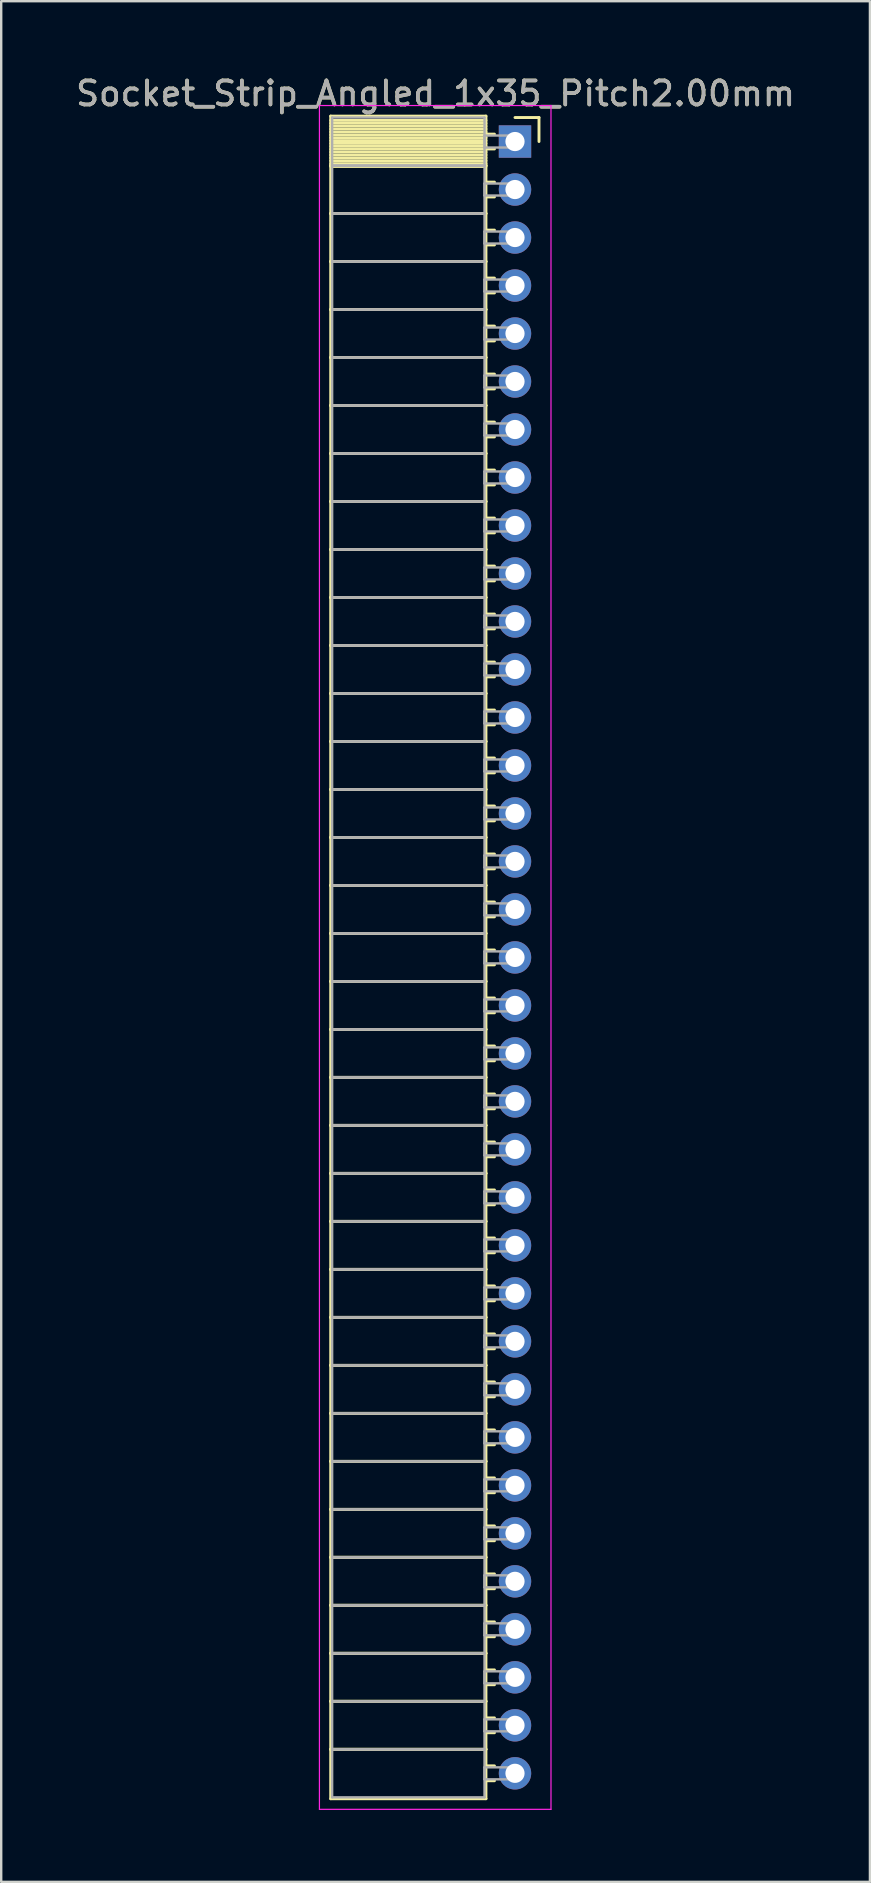
<source format=kicad_pcb>
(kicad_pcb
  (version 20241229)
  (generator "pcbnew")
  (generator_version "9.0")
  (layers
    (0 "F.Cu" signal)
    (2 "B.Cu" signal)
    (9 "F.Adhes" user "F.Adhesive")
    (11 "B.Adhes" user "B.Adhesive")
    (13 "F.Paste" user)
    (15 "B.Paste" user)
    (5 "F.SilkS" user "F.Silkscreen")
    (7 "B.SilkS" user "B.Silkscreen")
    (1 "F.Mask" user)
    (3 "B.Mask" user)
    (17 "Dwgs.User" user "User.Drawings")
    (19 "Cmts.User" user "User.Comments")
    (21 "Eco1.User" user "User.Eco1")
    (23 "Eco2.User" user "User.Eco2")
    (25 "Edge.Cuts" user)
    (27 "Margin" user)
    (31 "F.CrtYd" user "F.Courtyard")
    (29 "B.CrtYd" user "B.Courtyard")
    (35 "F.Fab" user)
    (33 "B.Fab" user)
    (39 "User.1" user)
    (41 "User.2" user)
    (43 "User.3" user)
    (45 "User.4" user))
  (footprint "Socket_Strip_Angled_1x35_Pitch2.00mm"
    (layer "F.Cu")
    (at 18.411 2.848)
    (property "Reference" "Socket_Strip_Angled_1x35_Pitch2.00mm" (at -3.31 -2 0) (layer "F.SilkS") (effects (font (size 1 1) (thickness 0.15))))
    (attr through_hole)
    (fp_line (start -7.68 -1.06) (end -1.21 -1.06) (stroke (width 0.12) (type solid)) (layer "F.SilkS"))
    (fp_line (start -7.68 1) (end -7.68 -1.06) (stroke (width 0.12) (type solid)) (layer "F.SilkS"))
    (fp_line (start -7.68 1) (end -1.21 1) (stroke (width 0.12) (type solid)) (layer "F.SilkS"))
    (fp_line (start -7.68 3) (end -7.68 1) (stroke (width 0.12) (type solid)) (layer "F.SilkS"))
    (fp_line (start -7.68 3) (end -1.21 3) (stroke (width 0.12) (type solid)) (layer "F.SilkS"))
    (fp_line (start -7.68 5) (end -7.68 3) (stroke (width 0.12) (type solid)) (layer "F.SilkS"))
    (fp_line (start -7.68 5) (end -1.21 5) (stroke (width 0.12) (type solid)) (layer "F.SilkS"))
    (fp_line (start -7.68 7) (end -7.68 5) (stroke (width 0.12) (type solid)) (layer "F.SilkS"))
    (fp_line (start -7.68 7) (end -1.21 7) (stroke (width 0.12) (type solid)) (layer "F.SilkS"))
    (fp_line (start -7.68 9) (end -7.68 7) (stroke (width 0.12) (type solid)) (layer "F.SilkS"))
    (fp_line (start -7.68 9) (end -1.21 9) (stroke (width 0.12) (type solid)) (layer "F.SilkS"))
    (fp_line (start -7.68 11) (end -7.68 9) (stroke (width 0.12) (type solid)) (layer "F.SilkS"))
    (fp_line (start -7.68 11) (end -1.21 11) (stroke (width 0.12) (type solid)) (layer "F.SilkS"))
    (fp_line (start -7.68 13) (end -7.68 11) (stroke (width 0.12) (type solid)) (layer "F.SilkS"))
    (fp_line (start -7.68 13) (end -1.21 13) (stroke (width 0.12) (type solid)) (layer "F.SilkS"))
    (fp_line (start -7.68 15) (end -7.68 13) (stroke (width 0.12) (type solid)) (layer "F.SilkS"))
    (fp_line (start -7.68 15) (end -1.21 15) (stroke (width 0.12) (type solid)) (layer "F.SilkS"))
    (fp_line (start -7.68 17) (end -7.68 15) (stroke (width 0.12) (type solid)) (layer "F.SilkS"))
    (fp_line (start -7.68 17) (end -1.21 17) (stroke (width 0.12) (type solid)) (layer "F.SilkS"))
    (fp_line (start -7.68 19) (end -7.68 17) (stroke (width 0.12) (type solid)) (layer "F.SilkS"))
    (fp_line (start -7.68 19) (end -1.21 19) (stroke (width 0.12) (type solid)) (layer "F.SilkS"))
    (fp_line (start -7.68 21) (end -7.68 19) (stroke (width 0.12) (type solid)) (layer "F.SilkS"))
    (fp_line (start -7.68 21) (end -1.21 21) (stroke (width 0.12) (type solid)) (layer "F.SilkS"))
    (fp_line (start -7.68 23) (end -7.68 21) (stroke (width 0.12) (type solid)) (layer "F.SilkS"))
    (fp_line (start -7.68 23) (end -1.21 23) (stroke (width 0.12) (type solid)) (layer "F.SilkS"))
    (fp_line (start -7.68 25) (end -7.68 23) (stroke (width 0.12) (type solid)) (layer "F.SilkS"))
    (fp_line (start -7.68 25) (end -1.21 25) (stroke (width 0.12) (type solid)) (layer "F.SilkS"))
    (fp_line (start -7.68 27) (end -7.68 25) (stroke (width 0.12) (type solid)) (layer "F.SilkS"))
    (fp_line (start -7.68 27) (end -1.21 27) (stroke (width 0.12) (type solid)) (layer "F.SilkS"))
    (fp_line (start -7.68 29) (end -7.68 27) (stroke (width 0.12) (type solid)) (layer "F.SilkS"))
    (fp_line (start -7.68 29) (end -1.21 29) (stroke (width 0.12) (type solid)) (layer "F.SilkS"))
    (fp_line (start -7.68 31) (end -7.68 29) (stroke (width 0.12) (type solid)) (layer "F.SilkS"))
    (fp_line (start -7.68 31) (end -1.21 31) (stroke (width 0.12) (type solid)) (layer "F.SilkS"))
    (fp_line (start -7.68 33) (end -7.68 31) (stroke (width 0.12) (type solid)) (layer "F.SilkS"))
    (fp_line (start -7.68 33) (end -1.21 33) (stroke (width 0.12) (type solid)) (layer "F.SilkS"))
    (fp_line (start -7.68 35) (end -7.68 33) (stroke (width 0.12) (type solid)) (layer "F.SilkS"))
    (fp_line (start -7.68 35) (end -1.21 35) (stroke (width 0.12) (type solid)) (layer "F.SilkS"))
    (fp_line (start -7.68 37) (end -7.68 35) (stroke (width 0.12) (type solid)) (layer "F.SilkS"))
    (fp_line (start -7.68 37) (end -1.21 37) (stroke (width 0.12) (type solid)) (layer "F.SilkS"))
    (fp_line (start -7.68 39) (end -7.68 37) (stroke (width 0.12) (type solid)) (layer "F.SilkS"))
    (fp_line (start -7.68 39) (end -1.21 39) (stroke (width 0.12) (type solid)) (layer "F.SilkS"))
    (fp_line (start -7.68 41) (end -7.68 39) (stroke (width 0.12) (type solid)) (layer "F.SilkS"))
    (fp_line (start -7.68 41) (end -1.21 41) (stroke (width 0.12) (type solid)) (layer "F.SilkS"))
    (fp_line (start -7.68 43) (end -7.68 41) (stroke (width 0.12) (type solid)) (layer "F.SilkS"))
    (fp_line (start -7.68 43) (end -1.21 43) (stroke (width 0.12) (type solid)) (layer "F.SilkS"))
    (fp_line (start -7.68 45) (end -7.68 43) (stroke (width 0.12) (type solid)) (layer "F.SilkS"))
    (fp_line (start -7.68 45) (end -1.21 45) (stroke (width 0.12) (type solid)) (layer "F.SilkS"))
    (fp_line (start -7.68 47) (end -7.68 45) (stroke (width 0.12) (type solid)) (layer "F.SilkS"))
    (fp_line (start -7.68 47) (end -1.21 47) (stroke (width 0.12) (type solid)) (layer "F.SilkS"))
    (fp_line (start -7.68 49) (end -7.68 47) (stroke (width 0.12) (type solid)) (layer "F.SilkS"))
    (fp_line (start -7.68 49) (end -1.21 49) (stroke (width 0.12) (type solid)) (layer "F.SilkS"))
    (fp_line (start -7.68 51) (end -7.68 49) (stroke (width 0.12) (type solid)) (layer "F.SilkS"))
    (fp_line (start -7.68 51) (end -1.21 51) (stroke (width 0.12) (type solid)) (layer "F.SilkS"))
    (fp_line (start -7.68 53) (end -7.68 51) (stroke (width 0.12) (type solid)) (layer "F.SilkS"))
    (fp_line (start -7.68 53) (end -1.21 53) (stroke (width 0.12) (type solid)) (layer "F.SilkS"))
    (fp_line (start -7.68 55) (end -7.68 53) (stroke (width 0.12) (type solid)) (layer "F.SilkS"))
    (fp_line (start -7.68 55) (end -1.21 55) (stroke (width 0.12) (type solid)) (layer "F.SilkS"))
    (fp_line (start -7.68 57) (end -7.68 55) (stroke (width 0.12) (type solid)) (layer "F.SilkS"))
    (fp_line (start -7.68 57) (end -1.21 57) (stroke (width 0.12) (type solid)) (layer "F.SilkS"))
    (fp_line (start -7.68 59) (end -7.68 57) (stroke (width 0.12) (type solid)) (layer "F.SilkS"))
    (fp_line (start -7.68 59) (end -1.21 59) (stroke (width 0.12) (type solid)) (layer "F.SilkS"))
    (fp_line (start -7.68 61) (end -7.68 59) (stroke (width 0.12) (type solid)) (layer "F.SilkS"))
    (fp_line (start -7.68 61) (end -1.21 61) (stroke (width 0.12) (type solid)) (layer "F.SilkS"))
    (fp_line (start -7.68 63) (end -7.68 61) (stroke (width 0.12) (type solid)) (layer "F.SilkS"))
    (fp_line (start -7.68 63) (end -1.21 63) (stroke (width 0.12) (type solid)) (layer "F.SilkS"))
    (fp_line (start -7.68 65) (end -7.68 63) (stroke (width 0.12) (type solid)) (layer "F.SilkS"))
    (fp_line (start -7.68 65) (end -1.21 65) (stroke (width 0.12) (type solid)) (layer "F.SilkS"))
    (fp_line (start -7.68 67) (end -7.68 65) (stroke (width 0.12) (type solid)) (layer "F.SilkS"))
    (fp_line (start -7.68 67) (end -1.21 67) (stroke (width 0.12) (type solid)) (layer "F.SilkS"))
    (fp_line (start -7.68 69.06) (end -7.68 67) (stroke (width 0.12) (type solid)) (layer "F.SilkS"))
    (fp_line (start -1.21 -1.06) (end -1.21 1) (stroke (width 0.12) (type solid)) (layer "F.SilkS"))
    (fp_line (start -1.21 -0.88) (end -7.68 -0.88) (stroke (width 0.12) (type solid)) (layer "F.SilkS"))
    (fp_line (start -1.21 -0.76) (end -7.68 -0.76) (stroke (width 0.12) (type solid)) (layer "F.SilkS"))
    (fp_line (start -1.21 -0.64) (end -7.68 -0.64) (stroke (width 0.12) (type solid)) (layer "F.SilkS"))
    (fp_line (start -1.21 -0.52) (end -7.68 -0.52) (stroke (width 0.12) (type solid)) (layer "F.SilkS"))
    (fp_line (start -1.21 -0.4) (end -7.68 -0.4) (stroke (width 0.12) (type solid)) (layer "F.SilkS"))
    (fp_line (start -1.21 -0.28) (end -7.68 -0.28) (stroke (width 0.12) (type solid)) (layer "F.SilkS"))
    (fp_line (start -1.21 -0.16) (end -7.68 -0.16) (stroke (width 0.12) (type solid)) (layer "F.SilkS"))
    (fp_line (start -1.21 -0.04) (end -7.68 -0.04) (stroke (width 0.12) (type solid)) (layer "F.SilkS"))
    (fp_line (start -1.21 0.08) (end -7.68 0.08) (stroke (width 0.12) (type solid)) (layer "F.SilkS"))
    (fp_line (start -1.21 0.2) (end -7.68 0.2) (stroke (width 0.12) (type solid)) (layer "F.SilkS"))
    (fp_line (start -1.21 0.32) (end -7.68 0.32) (stroke (width 0.12) (type solid)) (layer "F.SilkS"))
    (fp_line (start -1.21 0.44) (end -7.68 0.44) (stroke (width 0.12) (type solid)) (layer "F.SilkS"))
    (fp_line (start -1.21 0.56) (end -7.68 0.56) (stroke (width 0.12) (type solid)) (layer "F.SilkS"))
    (fp_line (start -1.21 0.68) (end -7.68 0.68) (stroke (width 0.12) (type solid)) (layer "F.SilkS"))
    (fp_line (start -1.21 0.8) (end -7.68 0.8) (stroke (width 0.12) (type solid)) (layer "F.SilkS"))
    (fp_line (start -1.21 0.92) (end -7.68 0.92) (stroke (width 0.12) (type solid)) (layer "F.SilkS"))
    (fp_line (start -1.21 1) (end -7.68 1) (stroke (width 0.12) (type solid)) (layer "F.SilkS"))
    (fp_line (start -1.21 1) (end -1.21 3) (stroke (width 0.12) (type solid)) (layer "F.SilkS"))
    (fp_line (start -1.21 1.04) (end -7.68 1.04) (stroke (width 0.12) (type solid)) (layer "F.SilkS"))
    (fp_line (start -1.21 3) (end -7.68 3) (stroke (width 0.12) (type solid)) (layer "F.SilkS"))
    (fp_line (start -1.21 3) (end -1.21 5) (stroke (width 0.12) (type solid)) (layer "F.SilkS"))
    (fp_line (start -1.21 5) (end -7.68 5) (stroke (width 0.12) (type solid)) (layer "F.SilkS"))
    (fp_line (start -1.21 5) (end -1.21 7) (stroke (width 0.12) (type solid)) (layer "F.SilkS"))
    (fp_line (start -1.21 7) (end -7.68 7) (stroke (width 0.12) (type solid)) (layer "F.SilkS"))
    (fp_line (start -1.21 7) (end -1.21 9) (stroke (width 0.12) (type solid)) (layer "F.SilkS"))
    (fp_line (start -1.21 9) (end -7.68 9) (stroke (width 0.12) (type solid)) (layer "F.SilkS"))
    (fp_line (start -1.21 9) (end -1.21 11) (stroke (width 0.12) (type solid)) (layer "F.SilkS"))
    (fp_line (start -1.21 11) (end -7.68 11) (stroke (width 0.12) (type solid)) (layer "F.SilkS"))
    (fp_line (start -1.21 11) (end -1.21 13) (stroke (width 0.12) (type solid)) (layer "F.SilkS"))
    (fp_line (start -1.21 13) (end -7.68 13) (stroke (width 0.12) (type solid)) (layer "F.SilkS"))
    (fp_line (start -1.21 13) (end -1.21 15) (stroke (width 0.12) (type solid)) (layer "F.SilkS"))
    (fp_line (start -1.21 15) (end -7.68 15) (stroke (width 0.12) (type solid)) (layer "F.SilkS"))
    (fp_line (start -1.21 15) (end -1.21 17) (stroke (width 0.12) (type solid)) (layer "F.SilkS"))
    (fp_line (start -1.21 17) (end -7.68 17) (stroke (width 0.12) (type solid)) (layer "F.SilkS"))
    (fp_line (start -1.21 17) (end -1.21 19) (stroke (width 0.12) (type solid)) (layer "F.SilkS"))
    (fp_line (start -1.21 19) (end -7.68 19) (stroke (width 0.12) (type solid)) (layer "F.SilkS"))
    (fp_line (start -1.21 19) (end -1.21 21) (stroke (width 0.12) (type solid)) (layer "F.SilkS"))
    (fp_line (start -1.21 21) (end -7.68 21) (stroke (width 0.12) (type solid)) (layer "F.SilkS"))
    (fp_line (start -1.21 21) (end -1.21 23) (stroke (width 0.12) (type solid)) (layer "F.SilkS"))
    (fp_line (start -1.21 23) (end -7.68 23) (stroke (width 0.12) (type solid)) (layer "F.SilkS"))
    (fp_line (start -1.21 23) (end -1.21 25) (stroke (width 0.12) (type solid)) (layer "F.SilkS"))
    (fp_line (start -1.21 25) (end -7.68 25) (stroke (width 0.12) (type solid)) (layer "F.SilkS"))
    (fp_line (start -1.21 25) (end -1.21 27) (stroke (width 0.12) (type solid)) (layer "F.SilkS"))
    (fp_line (start -1.21 27) (end -7.68 27) (stroke (width 0.12) (type solid)) (layer "F.SilkS"))
    (fp_line (start -1.21 27) (end -1.21 29) (stroke (width 0.12) (type solid)) (layer "F.SilkS"))
    (fp_line (start -1.21 29) (end -7.68 29) (stroke (width 0.12) (type solid)) (layer "F.SilkS"))
    (fp_line (start -1.21 29) (end -1.21 31) (stroke (width 0.12) (type solid)) (layer "F.SilkS"))
    (fp_line (start -1.21 31) (end -7.68 31) (stroke (width 0.12) (type solid)) (layer "F.SilkS"))
    (fp_line (start -1.21 31) (end -1.21 33) (stroke (width 0.12) (type solid)) (layer "F.SilkS"))
    (fp_line (start -1.21 33) (end -7.68 33) (stroke (width 0.12) (type solid)) (layer "F.SilkS"))
    (fp_line (start -1.21 33) (end -1.21 35) (stroke (width 0.12) (type solid)) (layer "F.SilkS"))
    (fp_line (start -1.21 35) (end -7.68 35) (stroke (width 0.12) (type solid)) (layer "F.SilkS"))
    (fp_line (start -1.21 35) (end -1.21 37) (stroke (width 0.12) (type solid)) (layer "F.SilkS"))
    (fp_line (start -1.21 37) (end -7.68 37) (stroke (width 0.12) (type solid)) (layer "F.SilkS"))
    (fp_line (start -1.21 37) (end -1.21 39) (stroke (width 0.12) (type solid)) (layer "F.SilkS"))
    (fp_line (start -1.21 39) (end -7.68 39) (stroke (width 0.12) (type solid)) (layer "F.SilkS"))
    (fp_line (start -1.21 39) (end -1.21 41) (stroke (width 0.12) (type solid)) (layer "F.SilkS"))
    (fp_line (start -1.21 41) (end -7.68 41) (stroke (width 0.12) (type solid)) (layer "F.SilkS"))
    (fp_line (start -1.21 41) (end -1.21 43) (stroke (width 0.12) (type solid)) (layer "F.SilkS"))
    (fp_line (start -1.21 43) (end -7.68 43) (stroke (width 0.12) (type solid)) (layer "F.SilkS"))
    (fp_line (start -1.21 43) (end -1.21 45) (stroke (width 0.12) (type solid)) (layer "F.SilkS"))
    (fp_line (start -1.21 45) (end -7.68 45) (stroke (width 0.12) (type solid)) (layer "F.SilkS"))
    (fp_line (start -1.21 45) (end -1.21 47) (stroke (width 0.12) (type solid)) (layer "F.SilkS"))
    (fp_line (start -1.21 47) (end -7.68 47) (stroke (width 0.12) (type solid)) (layer "F.SilkS"))
    (fp_line (start -1.21 47) (end -1.21 49) (stroke (width 0.12) (type solid)) (layer "F.SilkS"))
    (fp_line (start -1.21 49) (end -7.68 49) (stroke (width 0.12) (type solid)) (layer "F.SilkS"))
    (fp_line (start -1.21 49) (end -1.21 51) (stroke (width 0.12) (type solid)) (layer "F.SilkS"))
    (fp_line (start -1.21 51) (end -7.68 51) (stroke (width 0.12) (type solid)) (layer "F.SilkS"))
    (fp_line (start -1.21 51) (end -1.21 53) (stroke (width 0.12) (type solid)) (layer "F.SilkS"))
    (fp_line (start -1.21 53) (end -7.68 53) (stroke (width 0.12) (type solid)) (layer "F.SilkS"))
    (fp_line (start -1.21 53) (end -1.21 55) (stroke (width 0.12) (type solid)) (layer "F.SilkS"))
    (fp_line (start -1.21 55) (end -7.68 55) (stroke (width 0.12) (type solid)) (layer "F.SilkS"))
    (fp_line (start -1.21 55) (end -1.21 57) (stroke (width 0.12) (type solid)) (layer "F.SilkS"))
    (fp_line (start -1.21 57) (end -7.68 57) (stroke (width 0.12) (type solid)) (layer "F.SilkS"))
    (fp_line (start -1.21 57) (end -1.21 59) (stroke (width 0.12) (type solid)) (layer "F.SilkS"))
    (fp_line (start -1.21 59) (end -7.68 59) (stroke (width 0.12) (type solid)) (layer "F.SilkS"))
    (fp_line (start -1.21 59) (end -1.21 61) (stroke (width 0.12) (type solid)) (layer "F.SilkS"))
    (fp_line (start -1.21 61) (end -7.68 61) (stroke (width 0.12) (type solid)) (layer "F.SilkS"))
    (fp_line (start -1.21 61) (end -1.21 63) (stroke (width 0.12) (type solid)) (layer "F.SilkS"))
    (fp_line (start -1.21 63) (end -7.68 63) (stroke (width 0.12) (type solid)) (layer "F.SilkS"))
    (fp_line (start -1.21 63) (end -1.21 65) (stroke (width 0.12) (type solid)) (layer "F.SilkS"))
    (fp_line (start -1.21 65) (end -7.68 65) (stroke (width 0.12) (type solid)) (layer "F.SilkS"))
    (fp_line (start -1.21 65) (end -1.21 67) (stroke (width 0.12) (type solid)) (layer "F.SilkS"))
    (fp_line (start -1.21 67) (end -7.68 67) (stroke (width 0.12) (type solid)) (layer "F.SilkS"))
    (fp_line (start -1.21 67) (end -1.21 69.06) (stroke (width 0.12) (type solid)) (layer "F.SilkS"))
    (fp_line (start -1.21 69.06) (end -7.68 69.06) (stroke (width 0.12) (type solid)) (layer "F.SilkS"))
    (fp_line (start -0.855 -0.31) (end -1.21 -0.31) (stroke (width 0.12) (type solid)) (layer "F.SilkS"))
    (fp_line (start -0.855 0.31) (end -1.21 0.31) (stroke (width 0.12) (type solid)) (layer "F.SilkS"))
    (fp_line (start -0.855 1.69) (end -1.21 1.69) (stroke (width 0.12) (type solid)) (layer "F.SilkS"))
    (fp_line (start -0.855 2.31) (end -1.21 2.31) (stroke (width 0.12) (type solid)) (layer "F.SilkS"))
    (fp_line (start -0.855 3.69) (end -1.21 3.69) (stroke (width 0.12) (type solid)) (layer "F.SilkS"))
    (fp_line (start -0.855 4.31) (end -1.21 4.31) (stroke (width 0.12) (type solid)) (layer "F.SilkS"))
    (fp_line (start -0.855 5.69) (end -1.21 5.69) (stroke (width 0.12) (type solid)) (layer "F.SilkS"))
    (fp_line (start -0.855 6.31) (end -1.21 6.31) (stroke (width 0.12) (type solid)) (layer "F.SilkS"))
    (fp_line (start -0.855 7.69) (end -1.21 7.69) (stroke (width 0.12) (type solid)) (layer "F.SilkS"))
    (fp_line (start -0.855 8.31) (end -1.21 8.31) (stroke (width 0.12) (type solid)) (layer "F.SilkS"))
    (fp_line (start -0.855 9.69) (end -1.21 9.69) (stroke (width 0.12) (type solid)) (layer "F.SilkS"))
    (fp_line (start -0.855 10.31) (end -1.21 10.31) (stroke (width 0.12) (type solid)) (layer "F.SilkS"))
    (fp_line (start -0.855 11.69) (end -1.21 11.69) (stroke (width 0.12) (type solid)) (layer "F.SilkS"))
    (fp_line (start -0.855 12.31) (end -1.21 12.31) (stroke (width 0.12) (type solid)) (layer "F.SilkS"))
    (fp_line (start -0.855 13.69) (end -1.21 13.69) (stroke (width 0.12) (type solid)) (layer "F.SilkS"))
    (fp_line (start -0.855 14.31) (end -1.21 14.31) (stroke (width 0.12) (type solid)) (layer "F.SilkS"))
    (fp_line (start -0.855 15.69) (end -1.21 15.69) (stroke (width 0.12) (type solid)) (layer "F.SilkS"))
    (fp_line (start -0.855 16.31) (end -1.21 16.31) (stroke (width 0.12) (type solid)) (layer "F.SilkS"))
    (fp_line (start -0.855 17.69) (end -1.21 17.69) (stroke (width 0.12) (type solid)) (layer "F.SilkS"))
    (fp_line (start -0.855 18.31) (end -1.21 18.31) (stroke (width 0.12) (type solid)) (layer "F.SilkS"))
    (fp_line (start -0.855 19.69) (end -1.21 19.69) (stroke (width 0.12) (type solid)) (layer "F.SilkS"))
    (fp_line (start -0.855 20.31) (end -1.21 20.31) (stroke (width 0.12) (type solid)) (layer "F.SilkS"))
    (fp_line (start -0.855 21.69) (end -1.21 21.69) (stroke (width 0.12) (type solid)) (layer "F.SilkS"))
    (fp_line (start -0.855 22.31) (end -1.21 22.31) (stroke (width 0.12) (type solid)) (layer "F.SilkS"))
    (fp_line (start -0.855 23.69) (end -1.21 23.69) (stroke (width 0.12) (type solid)) (layer "F.SilkS"))
    (fp_line (start -0.855 24.31) (end -1.21 24.31) (stroke (width 0.12) (type solid)) (layer "F.SilkS"))
    (fp_line (start -0.855 25.69) (end -1.21 25.69) (stroke (width 0.12) (type solid)) (layer "F.SilkS"))
    (fp_line (start -0.855 26.31) (end -1.21 26.31) (stroke (width 0.12) (type solid)) (layer "F.SilkS"))
    (fp_line (start -0.855 27.69) (end -1.21 27.69) (stroke (width 0.12) (type solid)) (layer "F.SilkS"))
    (fp_line (start -0.855 28.31) (end -1.21 28.31) (stroke (width 0.12) (type solid)) (layer "F.SilkS"))
    (fp_line (start -0.855 29.69) (end -1.21 29.69) (stroke (width 0.12) (type solid)) (layer "F.SilkS"))
    (fp_line (start -0.855 30.31) (end -1.21 30.31) (stroke (width 0.12) (type solid)) (layer "F.SilkS"))
    (fp_line (start -0.855 31.69) (end -1.21 31.69) (stroke (width 0.12) (type solid)) (layer "F.SilkS"))
    (fp_line (start -0.855 32.31) (end -1.21 32.31) (stroke (width 0.12) (type solid)) (layer "F.SilkS"))
    (fp_line (start -0.855 33.69) (end -1.21 33.69) (stroke (width 0.12) (type solid)) (layer "F.SilkS"))
    (fp_line (start -0.855 34.31) (end -1.21 34.31) (stroke (width 0.12) (type solid)) (layer "F.SilkS"))
    (fp_line (start -0.855 35.69) (end -1.21 35.69) (stroke (width 0.12) (type solid)) (layer "F.SilkS"))
    (fp_line (start -0.855 36.31) (end -1.21 36.31) (stroke (width 0.12) (type solid)) (layer "F.SilkS"))
    (fp_line (start -0.855 37.69) (end -1.21 37.69) (stroke (width 0.12) (type solid)) (layer "F.SilkS"))
    (fp_line (start -0.855 38.31) (end -1.21 38.31) (stroke (width 0.12) (type solid)) (layer "F.SilkS"))
    (fp_line (start -0.855 39.69) (end -1.21 39.69) (stroke (width 0.12) (type solid)) (layer "F.SilkS"))
    (fp_line (start -0.855 40.31) (end -1.21 40.31) (stroke (width 0.12) (type solid)) (layer "F.SilkS"))
    (fp_line (start -0.855 41.69) (end -1.21 41.69) (stroke (width 0.12) (type solid)) (layer "F.SilkS"))
    (fp_line (start -0.855 42.31) (end -1.21 42.31) (stroke (width 0.12) (type solid)) (layer "F.SilkS"))
    (fp_line (start -0.855 43.69) (end -1.21 43.69) (stroke (width 0.12) (type solid)) (layer "F.SilkS"))
    (fp_line (start -0.855 44.31) (end -1.21 44.31) (stroke (width 0.12) (type solid)) (layer "F.SilkS"))
    (fp_line (start -0.855 45.69) (end -1.21 45.69) (stroke (width 0.12) (type solid)) (layer "F.SilkS"))
    (fp_line (start -0.855 46.31) (end -1.21 46.31) (stroke (width 0.12) (type solid)) (layer "F.SilkS"))
    (fp_line (start -0.855 47.69) (end -1.21 47.69) (stroke (width 0.12) (type solid)) (layer "F.SilkS"))
    (fp_line (start -0.855 48.31) (end -1.21 48.31) (stroke (width 0.12) (type solid)) (layer "F.SilkS"))
    (fp_line (start -0.855 49.69) (end -1.21 49.69) (stroke (width 0.12) (type solid)) (layer "F.SilkS"))
    (fp_line (start -0.855 50.31) (end -1.21 50.31) (stroke (width 0.12) (type solid)) (layer "F.SilkS"))
    (fp_line (start -0.855 51.69) (end -1.21 51.69) (stroke (width 0.12) (type solid)) (layer "F.SilkS"))
    (fp_line (start -0.855 52.31) (end -1.21 52.31) (stroke (width 0.12) (type solid)) (layer "F.SilkS"))
    (fp_line (start -0.855 53.69) (end -1.21 53.69) (stroke (width 0.12) (type solid)) (layer "F.SilkS"))
    (fp_line (start -0.855 54.31) (end -1.21 54.31) (stroke (width 0.12) (type solid)) (layer "F.SilkS"))
    (fp_line (start -0.855 55.69) (end -1.21 55.69) (stroke (width 0.12) (type solid)) (layer "F.SilkS"))
    (fp_line (start -0.855 56.31) (end -1.21 56.31) (stroke (width 0.12) (type solid)) (layer "F.SilkS"))
    (fp_line (start -0.855 57.69) (end -1.21 57.69) (stroke (width 0.12) (type solid)) (layer "F.SilkS"))
    (fp_line (start -0.855 58.31) (end -1.21 58.31) (stroke (width 0.12) (type solid)) (layer "F.SilkS"))
    (fp_line (start -0.855 59.69) (end -1.21 59.69) (stroke (width 0.12) (type solid)) (layer "F.SilkS"))
    (fp_line (start -0.855 60.31) (end -1.21 60.31) (stroke (width 0.12) (type solid)) (layer "F.SilkS"))
    (fp_line (start -0.855 61.69) (end -1.21 61.69) (stroke (width 0.12) (type solid)) (layer "F.SilkS"))
    (fp_line (start -0.855 62.31) (end -1.21 62.31) (stroke (width 0.12) (type solid)) (layer "F.SilkS"))
    (fp_line (start -0.855 63.69) (end -1.21 63.69) (stroke (width 0.12) (type solid)) (layer "F.SilkS"))
    (fp_line (start -0.855 64.31) (end -1.21 64.31) (stroke (width 0.12) (type solid)) (layer "F.SilkS"))
    (fp_line (start -0.855 65.69) (end -1.21 65.69) (stroke (width 0.12) (type solid)) (layer "F.SilkS"))
    (fp_line (start -0.855 66.31) (end -1.21 66.31) (stroke (width 0.12) (type solid)) (layer "F.SilkS"))
    (fp_line (start -0.855 67.69) (end -1.21 67.69) (stroke (width 0.12) (type solid)) (layer "F.SilkS"))
    (fp_line (start -0.855 68.31) (end -1.21 68.31) (stroke (width 0.12) (type solid)) (layer "F.SilkS"))
    (fp_line (start 0 -1) (end 1 -1) (stroke (width 0.12) (type solid)) (layer "F.SilkS"))
    (fp_line (start 1 -1) (end 1 0) (stroke (width 0.12) (type solid)) (layer "F.SilkS"))
    (fp_line (start -8.15 -1.5) (end 1.5 -1.5) (stroke (width 0.05) (type solid)) (layer "F.CrtYd"))
    (fp_line (start -8.15 69.5) (end -8.15 -1.5) (stroke (width 0.05) (type solid)) (layer "F.CrtYd"))
    (fp_line (start 1.5 -1.5) (end 1.5 69.5) (stroke (width 0.05) (type solid)) (layer "F.CrtYd"))
    (fp_line (start 1.5 69.5) (end -8.15 69.5) (stroke (width 0.05) (type solid)) (layer "F.CrtYd"))
    (fp_line (start -7.62 -1) (end -1.27 -1) (stroke (width 0.1) (type solid)) (layer "F.Fab"))
    (fp_line (start -7.62 1) (end -7.62 -1) (stroke (width 0.1) (type solid)) (layer "F.Fab"))
    (fp_line (start -7.62 1) (end -1.27 1) (stroke (width 0.1) (type solid)) (layer "F.Fab"))
    (fp_line (start -7.62 3) (end -7.62 1) (stroke (width 0.1) (type solid)) (layer "F.Fab"))
    (fp_line (start -7.62 3) (end -1.27 3) (stroke (width 0.1) (type solid)) (layer "F.Fab"))
    (fp_line (start -7.62 5) (end -7.62 3) (stroke (width 0.1) (type solid)) (layer "F.Fab"))
    (fp_line (start -7.62 5) (end -1.27 5) (stroke (width 0.1) (type solid)) (layer "F.Fab"))
    (fp_line (start -7.62 7) (end -7.62 5) (stroke (width 0.1) (type solid)) (layer "F.Fab"))
    (fp_line (start -7.62 7) (end -1.27 7) (stroke (width 0.1) (type solid)) (layer "F.Fab"))
    (fp_line (start -7.62 9) (end -7.62 7) (stroke (width 0.1) (type solid)) (layer "F.Fab"))
    (fp_line (start -7.62 9) (end -1.27 9) (stroke (width 0.1) (type solid)) (layer "F.Fab"))
    (fp_line (start -7.62 11) (end -7.62 9) (stroke (width 0.1) (type solid)) (layer "F.Fab"))
    (fp_line (start -7.62 11) (end -1.27 11) (stroke (width 0.1) (type solid)) (layer "F.Fab"))
    (fp_line (start -7.62 13) (end -7.62 11) (stroke (width 0.1) (type solid)) (layer "F.Fab"))
    (fp_line (start -7.62 13) (end -1.27 13) (stroke (width 0.1) (type solid)) (layer "F.Fab"))
    (fp_line (start -7.62 15) (end -7.62 13) (stroke (width 0.1) (type solid)) (layer "F.Fab"))
    (fp_line (start -7.62 15) (end -1.27 15) (stroke (width 0.1) (type solid)) (layer "F.Fab"))
    (fp_line (start -7.62 17) (end -7.62 15) (stroke (width 0.1) (type solid)) (layer "F.Fab"))
    (fp_line (start -7.62 17) (end -1.27 17) (stroke (width 0.1) (type solid)) (layer "F.Fab"))
    (fp_line (start -7.62 19) (end -7.62 17) (stroke (width 0.1) (type solid)) (layer "F.Fab"))
    (fp_line (start -7.62 19) (end -1.27 19) (stroke (width 0.1) (type solid)) (layer "F.Fab"))
    (fp_line (start -7.62 21) (end -7.62 19) (stroke (width 0.1) (type solid)) (layer "F.Fab"))
    (fp_line (start -7.62 21) (end -1.27 21) (stroke (width 0.1) (type solid)) (layer "F.Fab"))
    (fp_line (start -7.62 23) (end -7.62 21) (stroke (width 0.1) (type solid)) (layer "F.Fab"))
    (fp_line (start -7.62 23) (end -1.27 23) (stroke (width 0.1) (type solid)) (layer "F.Fab"))
    (fp_line (start -7.62 25) (end -7.62 23) (stroke (width 0.1) (type solid)) (layer "F.Fab"))
    (fp_line (start -7.62 25) (end -1.27 25) (stroke (width 0.1) (type solid)) (layer "F.Fab"))
    (fp_line (start -7.62 27) (end -7.62 25) (stroke (width 0.1) (type solid)) (layer "F.Fab"))
    (fp_line (start -7.62 27) (end -1.27 27) (stroke (width 0.1) (type solid)) (layer "F.Fab"))
    (fp_line (start -7.62 29) (end -7.62 27) (stroke (width 0.1) (type solid)) (layer "F.Fab"))
    (fp_line (start -7.62 29) (end -1.27 29) (stroke (width 0.1) (type solid)) (layer "F.Fab"))
    (fp_line (start -7.62 31) (end -7.62 29) (stroke (width 0.1) (type solid)) (layer "F.Fab"))
    (fp_line (start -7.62 31) (end -1.27 31) (stroke (width 0.1) (type solid)) (layer "F.Fab"))
    (fp_line (start -7.62 33) (end -7.62 31) (stroke (width 0.1) (type solid)) (layer "F.Fab"))
    (fp_line (start -7.62 33) (end -1.27 33) (stroke (width 0.1) (type solid)) (layer "F.Fab"))
    (fp_line (start -7.62 35) (end -7.62 33) (stroke (width 0.1) (type solid)) (layer "F.Fab"))
    (fp_line (start -7.62 35) (end -1.27 35) (stroke (width 0.1) (type solid)) (layer "F.Fab"))
    (fp_line (start -7.62 37) (end -7.62 35) (stroke (width 0.1) (type solid)) (layer "F.Fab"))
    (fp_line (start -7.62 37) (end -1.27 37) (stroke (width 0.1) (type solid)) (layer "F.Fab"))
    (fp_line (start -7.62 39) (end -7.62 37) (stroke (width 0.1) (type solid)) (layer "F.Fab"))
    (fp_line (start -7.62 39) (end -1.27 39) (stroke (width 0.1) (type solid)) (layer "F.Fab"))
    (fp_line (start -7.62 41) (end -7.62 39) (stroke (width 0.1) (type solid)) (layer "F.Fab"))
    (fp_line (start -7.62 41) (end -1.27 41) (stroke (width 0.1) (type solid)) (layer "F.Fab"))
    (fp_line (start -7.62 43) (end -7.62 41) (stroke (width 0.1) (type solid)) (layer "F.Fab"))
    (fp_line (start -7.62 43) (end -1.27 43) (stroke (width 0.1) (type solid)) (layer "F.Fab"))
    (fp_line (start -7.62 45) (end -7.62 43) (stroke (width 0.1) (type solid)) (layer "F.Fab"))
    (fp_line (start -7.62 45) (end -1.27 45) (stroke (width 0.1) (type solid)) (layer "F.Fab"))
    (fp_line (start -7.62 47) (end -7.62 45) (stroke (width 0.1) (type solid)) (layer "F.Fab"))
    (fp_line (start -7.62 47) (end -1.27 47) (stroke (width 0.1) (type solid)) (layer "F.Fab"))
    (fp_line (start -7.62 49) (end -7.62 47) (stroke (width 0.1) (type solid)) (layer "F.Fab"))
    (fp_line (start -7.62 49) (end -1.27 49) (stroke (width 0.1) (type solid)) (layer "F.Fab"))
    (fp_line (start -7.62 51) (end -7.62 49) (stroke (width 0.1) (type solid)) (layer "F.Fab"))
    (fp_line (start -7.62 51) (end -1.27 51) (stroke (width 0.1) (type solid)) (layer "F.Fab"))
    (fp_line (start -7.62 53) (end -7.62 51) (stroke (width 0.1) (type solid)) (layer "F.Fab"))
    (fp_line (start -7.62 53) (end -1.27 53) (stroke (width 0.1) (type solid)) (layer "F.Fab"))
    (fp_line (start -7.62 55) (end -7.62 53) (stroke (width 0.1) (type solid)) (layer "F.Fab"))
    (fp_line (start -7.62 55) (end -1.27 55) (stroke (width 0.1) (type solid)) (layer "F.Fab"))
    (fp_line (start -7.62 57) (end -7.62 55) (stroke (width 0.1) (type solid)) (layer "F.Fab"))
    (fp_line (start -7.62 57) (end -1.27 57) (stroke (width 0.1) (type solid)) (layer "F.Fab"))
    (fp_line (start -7.62 59) (end -7.62 57) (stroke (width 0.1) (type solid)) (layer "F.Fab"))
    (fp_line (start -7.62 59) (end -1.27 59) (stroke (width 0.1) (type solid)) (layer "F.Fab"))
    (fp_line (start -7.62 61) (end -7.62 59) (stroke (width 0.1) (type solid)) (layer "F.Fab"))
    (fp_line (start -7.62 61) (end -1.27 61) (stroke (width 0.1) (type solid)) (layer "F.Fab"))
    (fp_line (start -7.62 63) (end -7.62 61) (stroke (width 0.1) (type solid)) (layer "F.Fab"))
    (fp_line (start -7.62 63) (end -1.27 63) (stroke (width 0.1) (type solid)) (layer "F.Fab"))
    (fp_line (start -7.62 65) (end -7.62 63) (stroke (width 0.1) (type solid)) (layer "F.Fab"))
    (fp_line (start -7.62 65) (end -1.27 65) (stroke (width 0.1) (type solid)) (layer "F.Fab"))
    (fp_line (start -7.62 67) (end -7.62 65) (stroke (width 0.1) (type solid)) (layer "F.Fab"))
    (fp_line (start -7.62 67) (end -1.27 67) (stroke (width 0.1) (type solid)) (layer "F.Fab"))
    (fp_line (start -7.62 69) (end -7.62 67) (stroke (width 0.1) (type solid)) (layer "F.Fab"))
    (fp_line (start -1.27 -1) (end -1.27 1) (stroke (width 0.1) (type solid)) (layer "F.Fab"))
    (fp_line (start -1.27 -0.25) (end 0 -0.25) (stroke (width 0.1) (type solid)) (layer "F.Fab"))
    (fp_line (start -1.27 0.25) (end -1.27 -0.25) (stroke (width 0.1) (type solid)) (layer "F.Fab"))
    (fp_line (start -1.27 1) (end -7.62 1) (stroke (width 0.1) (type solid)) (layer "F.Fab"))
    (fp_line (start -1.27 1) (end -1.27 3) (stroke (width 0.1) (type solid)) (layer "F.Fab"))
    (fp_line (start -1.27 1.75) (end 0 1.75) (stroke (width 0.1) (type solid)) (layer "F.Fab"))
    (fp_line (start -1.27 2.25) (end -1.27 1.75) (stroke (width 0.1) (type solid)) (layer "F.Fab"))
    (fp_line (start -1.27 3) (end -7.62 3) (stroke (width 0.1) (type solid)) (layer "F.Fab"))
    (fp_line (start -1.27 3) (end -1.27 5) (stroke (width 0.1) (type solid)) (layer "F.Fab"))
    (fp_line (start -1.27 3.75) (end 0 3.75) (stroke (width 0.1) (type solid)) (layer "F.Fab"))
    (fp_line (start -1.27 4.25) (end -1.27 3.75) (stroke (width 0.1) (type solid)) (layer "F.Fab"))
    (fp_line (start -1.27 5) (end -7.62 5) (stroke (width 0.1) (type solid)) (layer "F.Fab"))
    (fp_line (start -1.27 5) (end -1.27 7) (stroke (width 0.1) (type solid)) (layer "F.Fab"))
    (fp_line (start -1.27 5.75) (end 0 5.75) (stroke (width 0.1) (type solid)) (layer "F.Fab"))
    (fp_line (start -1.27 6.25) (end -1.27 5.75) (stroke (width 0.1) (type solid)) (layer "F.Fab"))
    (fp_line (start -1.27 7) (end -7.62 7) (stroke (width 0.1) (type solid)) (layer "F.Fab"))
    (fp_line (start -1.27 7) (end -1.27 9) (stroke (width 0.1) (type solid)) (layer "F.Fab"))
    (fp_line (start -1.27 7.75) (end 0 7.75) (stroke (width 0.1) (type solid)) (layer "F.Fab"))
    (fp_line (start -1.27 8.25) (end -1.27 7.75) (stroke (width 0.1) (type solid)) (layer "F.Fab"))
    (fp_line (start -1.27 9) (end -7.62 9) (stroke (width 0.1) (type solid)) (layer "F.Fab"))
    (fp_line (start -1.27 9) (end -1.27 11) (stroke (width 0.1) (type solid)) (layer "F.Fab"))
    (fp_line (start -1.27 9.75) (end 0 9.75) (stroke (width 0.1) (type solid)) (layer "F.Fab"))
    (fp_line (start -1.27 10.25) (end -1.27 9.75) (stroke (width 0.1) (type solid)) (layer "F.Fab"))
    (fp_line (start -1.27 11) (end -7.62 11) (stroke (width 0.1) (type solid)) (layer "F.Fab"))
    (fp_line (start -1.27 11) (end -1.27 13) (stroke (width 0.1) (type solid)) (layer "F.Fab"))
    (fp_line (start -1.27 11.75) (end 0 11.75) (stroke (width 0.1) (type solid)) (layer "F.Fab"))
    (fp_line (start -1.27 12.25) (end -1.27 11.75) (stroke (width 0.1) (type solid)) (layer "F.Fab"))
    (fp_line (start -1.27 13) (end -7.62 13) (stroke (width 0.1) (type solid)) (layer "F.Fab"))
    (fp_line (start -1.27 13) (end -1.27 15) (stroke (width 0.1) (type solid)) (layer "F.Fab"))
    (fp_line (start -1.27 13.75) (end 0 13.75) (stroke (width 0.1) (type solid)) (layer "F.Fab"))
    (fp_line (start -1.27 14.25) (end -1.27 13.75) (stroke (width 0.1) (type solid)) (layer "F.Fab"))
    (fp_line (start -1.27 15) (end -7.62 15) (stroke (width 0.1) (type solid)) (layer "F.Fab"))
    (fp_line (start -1.27 15) (end -1.27 17) (stroke (width 0.1) (type solid)) (layer "F.Fab"))
    (fp_line (start -1.27 15.75) (end 0 15.75) (stroke (width 0.1) (type solid)) (layer "F.Fab"))
    (fp_line (start -1.27 16.25) (end -1.27 15.75) (stroke (width 0.1) (type solid)) (layer "F.Fab"))
    (fp_line (start -1.27 17) (end -7.62 17) (stroke (width 0.1) (type solid)) (layer "F.Fab"))
    (fp_line (start -1.27 17) (end -1.27 19) (stroke (width 0.1) (type solid)) (layer "F.Fab"))
    (fp_line (start -1.27 17.75) (end 0 17.75) (stroke (width 0.1) (type solid)) (layer "F.Fab"))
    (fp_line (start -1.27 18.25) (end -1.27 17.75) (stroke (width 0.1) (type solid)) (layer "F.Fab"))
    (fp_line (start -1.27 19) (end -7.62 19) (stroke (width 0.1) (type solid)) (layer "F.Fab"))
    (fp_line (start -1.27 19) (end -1.27 21) (stroke (width 0.1) (type solid)) (layer "F.Fab"))
    (fp_line (start -1.27 19.75) (end 0 19.75) (stroke (width 0.1) (type solid)) (layer "F.Fab"))
    (fp_line (start -1.27 20.25) (end -1.27 19.75) (stroke (width 0.1) (type solid)) (layer "F.Fab"))
    (fp_line (start -1.27 21) (end -7.62 21) (stroke (width 0.1) (type solid)) (layer "F.Fab"))
    (fp_line (start -1.27 21) (end -1.27 23) (stroke (width 0.1) (type solid)) (layer "F.Fab"))
    (fp_line (start -1.27 21.75) (end 0 21.75) (stroke (width 0.1) (type solid)) (layer "F.Fab"))
    (fp_line (start -1.27 22.25) (end -1.27 21.75) (stroke (width 0.1) (type solid)) (layer "F.Fab"))
    (fp_line (start -1.27 23) (end -7.62 23) (stroke (width 0.1) (type solid)) (layer "F.Fab"))
    (fp_line (start -1.27 23) (end -1.27 25) (stroke (width 0.1) (type solid)) (layer "F.Fab"))
    (fp_line (start -1.27 23.75) (end 0 23.75) (stroke (width 0.1) (type solid)) (layer "F.Fab"))
    (fp_line (start -1.27 24.25) (end -1.27 23.75) (stroke (width 0.1) (type solid)) (layer "F.Fab"))
    (fp_line (start -1.27 25) (end -7.62 25) (stroke (width 0.1) (type solid)) (layer "F.Fab"))
    (fp_line (start -1.27 25) (end -1.27 27) (stroke (width 0.1) (type solid)) (layer "F.Fab"))
    (fp_line (start -1.27 25.75) (end 0 25.75) (stroke (width 0.1) (type solid)) (layer "F.Fab"))
    (fp_line (start -1.27 26.25) (end -1.27 25.75) (stroke (width 0.1) (type solid)) (layer "F.Fab"))
    (fp_line (start -1.27 27) (end -7.62 27) (stroke (width 0.1) (type solid)) (layer "F.Fab"))
    (fp_line (start -1.27 27) (end -1.27 29) (stroke (width 0.1) (type solid)) (layer "F.Fab"))
    (fp_line (start -1.27 27.75) (end 0 27.75) (stroke (width 0.1) (type solid)) (layer "F.Fab"))
    (fp_line (start -1.27 28.25) (end -1.27 27.75) (stroke (width 0.1) (type solid)) (layer "F.Fab"))
    (fp_line (start -1.27 29) (end -7.62 29) (stroke (width 0.1) (type solid)) (layer "F.Fab"))
    (fp_line (start -1.27 29) (end -1.27 31) (stroke (width 0.1) (type solid)) (layer "F.Fab"))
    (fp_line (start -1.27 29.75) (end 0 29.75) (stroke (width 0.1) (type solid)) (layer "F.Fab"))
    (fp_line (start -1.27 30.25) (end -1.27 29.75) (stroke (width 0.1) (type solid)) (layer "F.Fab"))
    (fp_line (start -1.27 31) (end -7.62 31) (stroke (width 0.1) (type solid)) (layer "F.Fab"))
    (fp_line (start -1.27 31) (end -1.27 33) (stroke (width 0.1) (type solid)) (layer "F.Fab"))
    (fp_line (start -1.27 31.75) (end 0 31.75) (stroke (width 0.1) (type solid)) (layer "F.Fab"))
    (fp_line (start -1.27 32.25) (end -1.27 31.75) (stroke (width 0.1) (type solid)) (layer "F.Fab"))
    (fp_line (start -1.27 33) (end -7.62 33) (stroke (width 0.1) (type solid)) (layer "F.Fab"))
    (fp_line (start -1.27 33) (end -1.27 35) (stroke (width 0.1) (type solid)) (layer "F.Fab"))
    (fp_line (start -1.27 33.75) (end 0 33.75) (stroke (width 0.1) (type solid)) (layer "F.Fab"))
    (fp_line (start -1.27 34.25) (end -1.27 33.75) (stroke (width 0.1) (type solid)) (layer "F.Fab"))
    (fp_line (start -1.27 35) (end -7.62 35) (stroke (width 0.1) (type solid)) (layer "F.Fab"))
    (fp_line (start -1.27 35) (end -1.27 37) (stroke (width 0.1) (type solid)) (layer "F.Fab"))
    (fp_line (start -1.27 35.75) (end 0 35.75) (stroke (width 0.1) (type solid)) (layer "F.Fab"))
    (fp_line (start -1.27 36.25) (end -1.27 35.75) (stroke (width 0.1) (type solid)) (layer "F.Fab"))
    (fp_line (start -1.27 37) (end -7.62 37) (stroke (width 0.1) (type solid)) (layer "F.Fab"))
    (fp_line (start -1.27 37) (end -1.27 39) (stroke (width 0.1) (type solid)) (layer "F.Fab"))
    (fp_line (start -1.27 37.75) (end 0 37.75) (stroke (width 0.1) (type solid)) (layer "F.Fab"))
    (fp_line (start -1.27 38.25) (end -1.27 37.75) (stroke (width 0.1) (type solid)) (layer "F.Fab"))
    (fp_line (start -1.27 39) (end -7.62 39) (stroke (width 0.1) (type solid)) (layer "F.Fab"))
    (fp_line (start -1.27 39) (end -1.27 41) (stroke (width 0.1) (type solid)) (layer "F.Fab"))
    (fp_line (start -1.27 39.75) (end 0 39.75) (stroke (width 0.1) (type solid)) (layer "F.Fab"))
    (fp_line (start -1.27 40.25) (end -1.27 39.75) (stroke (width 0.1) (type solid)) (layer "F.Fab"))
    (fp_line (start -1.27 41) (end -7.62 41) (stroke (width 0.1) (type solid)) (layer "F.Fab"))
    (fp_line (start -1.27 41) (end -1.27 43) (stroke (width 0.1) (type solid)) (layer "F.Fab"))
    (fp_line (start -1.27 41.75) (end 0 41.75) (stroke (width 0.1) (type solid)) (layer "F.Fab"))
    (fp_line (start -1.27 42.25) (end -1.27 41.75) (stroke (width 0.1) (type solid)) (layer "F.Fab"))
    (fp_line (start -1.27 43) (end -7.62 43) (stroke (width 0.1) (type solid)) (layer "F.Fab"))
    (fp_line (start -1.27 43) (end -1.27 45) (stroke (width 0.1) (type solid)) (layer "F.Fab"))
    (fp_line (start -1.27 43.75) (end 0 43.75) (stroke (width 0.1) (type solid)) (layer "F.Fab"))
    (fp_line (start -1.27 44.25) (end -1.27 43.75) (stroke (width 0.1) (type solid)) (layer "F.Fab"))
    (fp_line (start -1.27 45) (end -7.62 45) (stroke (width 0.1) (type solid)) (layer "F.Fab"))
    (fp_line (start -1.27 45) (end -1.27 47) (stroke (width 0.1) (type solid)) (layer "F.Fab"))
    (fp_line (start -1.27 45.75) (end 0 45.75) (stroke (width 0.1) (type solid)) (layer "F.Fab"))
    (fp_line (start -1.27 46.25) (end -1.27 45.75) (stroke (width 0.1) (type solid)) (layer "F.Fab"))
    (fp_line (start -1.27 47) (end -7.62 47) (stroke (width 0.1) (type solid)) (layer "F.Fab"))
    (fp_line (start -1.27 47) (end -1.27 49) (stroke (width 0.1) (type solid)) (layer "F.Fab"))
    (fp_line (start -1.27 47.75) (end 0 47.75) (stroke (width 0.1) (type solid)) (layer "F.Fab"))
    (fp_line (start -1.27 48.25) (end -1.27 47.75) (stroke (width 0.1) (type solid)) (layer "F.Fab"))
    (fp_line (start -1.27 49) (end -7.62 49) (stroke (width 0.1) (type solid)) (layer "F.Fab"))
    (fp_line (start -1.27 49) (end -1.27 51) (stroke (width 0.1) (type solid)) (layer "F.Fab"))
    (fp_line (start -1.27 49.75) (end 0 49.75) (stroke (width 0.1) (type solid)) (layer "F.Fab"))
    (fp_line (start -1.27 50.25) (end -1.27 49.75) (stroke (width 0.1) (type solid)) (layer "F.Fab"))
    (fp_line (start -1.27 51) (end -7.62 51) (stroke (width 0.1) (type solid)) (layer "F.Fab"))
    (fp_line (start -1.27 51) (end -1.27 53) (stroke (width 0.1) (type solid)) (layer "F.Fab"))
    (fp_line (start -1.27 51.75) (end 0 51.75) (stroke (width 0.1) (type solid)) (layer "F.Fab"))
    (fp_line (start -1.27 52.25) (end -1.27 51.75) (stroke (width 0.1) (type solid)) (layer "F.Fab"))
    (fp_line (start -1.27 53) (end -7.62 53) (stroke (width 0.1) (type solid)) (layer "F.Fab"))
    (fp_line (start -1.27 53) (end -1.27 55) (stroke (width 0.1) (type solid)) (layer "F.Fab"))
    (fp_line (start -1.27 53.75) (end 0 53.75) (stroke (width 0.1) (type solid)) (layer "F.Fab"))
    (fp_line (start -1.27 54.25) (end -1.27 53.75) (stroke (width 0.1) (type solid)) (layer "F.Fab"))
    (fp_line (start -1.27 55) (end -7.62 55) (stroke (width 0.1) (type solid)) (layer "F.Fab"))
    (fp_line (start -1.27 55) (end -1.27 57) (stroke (width 0.1) (type solid)) (layer "F.Fab"))
    (fp_line (start -1.27 55.75) (end 0 55.75) (stroke (width 0.1) (type solid)) (layer "F.Fab"))
    (fp_line (start -1.27 56.25) (end -1.27 55.75) (stroke (width 0.1) (type solid)) (layer "F.Fab"))
    (fp_line (start -1.27 57) (end -7.62 57) (stroke (width 0.1) (type solid)) (layer "F.Fab"))
    (fp_line (start -1.27 57) (end -1.27 59) (stroke (width 0.1) (type solid)) (layer "F.Fab"))
    (fp_line (start -1.27 57.75) (end 0 57.75) (stroke (width 0.1) (type solid)) (layer "F.Fab"))
    (fp_line (start -1.27 58.25) (end -1.27 57.75) (stroke (width 0.1) (type solid)) (layer "F.Fab"))
    (fp_line (start -1.27 59) (end -7.62 59) (stroke (width 0.1) (type solid)) (layer "F.Fab"))
    (fp_line (start -1.27 59) (end -1.27 61) (stroke (width 0.1) (type solid)) (layer "F.Fab"))
    (fp_line (start -1.27 59.75) (end 0 59.75) (stroke (width 0.1) (type solid)) (layer "F.Fab"))
    (fp_line (start -1.27 60.25) (end -1.27 59.75) (stroke (width 0.1) (type solid)) (layer "F.Fab"))
    (fp_line (start -1.27 61) (end -7.62 61) (stroke (width 0.1) (type solid)) (layer "F.Fab"))
    (fp_line (start -1.27 61) (end -1.27 63) (stroke (width 0.1) (type solid)) (layer "F.Fab"))
    (fp_line (start -1.27 61.75) (end 0 61.75) (stroke (width 0.1) (type solid)) (layer "F.Fab"))
    (fp_line (start -1.27 62.25) (end -1.27 61.75) (stroke (width 0.1) (type solid)) (layer "F.Fab"))
    (fp_line (start -1.27 63) (end -7.62 63) (stroke (width 0.1) (type solid)) (layer "F.Fab"))
    (fp_line (start -1.27 63) (end -1.27 65) (stroke (width 0.1) (type solid)) (layer "F.Fab"))
    (fp_line (start -1.27 63.75) (end 0 63.75) (stroke (width 0.1) (type solid)) (layer "F.Fab"))
    (fp_line (start -1.27 64.25) (end -1.27 63.75) (stroke (width 0.1) (type solid)) (layer "F.Fab"))
    (fp_line (start -1.27 65) (end -7.62 65) (stroke (width 0.1) (type solid)) (layer "F.Fab"))
    (fp_line (start -1.27 65) (end -1.27 67) (stroke (width 0.1) (type solid)) (layer "F.Fab"))
    (fp_line (start -1.27 65.75) (end 0 65.75) (stroke (width 0.1) (type solid)) (layer "F.Fab"))
    (fp_line (start -1.27 66.25) (end -1.27 65.75) (stroke (width 0.1) (type solid)) (layer "F.Fab"))
    (fp_line (start -1.27 67) (end -7.62 67) (stroke (width 0.1) (type solid)) (layer "F.Fab"))
    (fp_line (start -1.27 67) (end -1.27 69) (stroke (width 0.1) (type solid)) (layer "F.Fab"))
    (fp_line (start -1.27 67.75) (end 0 67.75) (stroke (width 0.1) (type solid)) (layer "F.Fab"))
    (fp_line (start -1.27 68.25) (end -1.27 67.75) (stroke (width 0.1) (type solid)) (layer "F.Fab"))
    (fp_line (start -1.27 69) (end -7.62 69) (stroke (width 0.1) (type solid)) (layer "F.Fab"))
    (fp_line (start 0 -0.25) (end 0 0.25) (stroke (width 0.1) (type solid)) (layer "F.Fab"))
    (fp_line (start 0 0.25) (end -1.27 0.25) (stroke (width 0.1) (type solid)) (layer "F.Fab"))
    (fp_line (start 0 1.75) (end 0 2.25) (stroke (width 0.1) (type solid)) (layer "F.Fab"))
    (fp_line (start 0 2.25) (end -1.27 2.25) (stroke (width 0.1) (type solid)) (layer "F.Fab"))
    (fp_line (start 0 3.75) (end 0 4.25) (stroke (width 0.1) (type solid)) (layer "F.Fab"))
    (fp_line (start 0 4.25) (end -1.27 4.25) (stroke (width 0.1) (type solid)) (layer "F.Fab"))
    (fp_line (start 0 5.75) (end 0 6.25) (stroke (width 0.1) (type solid)) (layer "F.Fab"))
    (fp_line (start 0 6.25) (end -1.27 6.25) (stroke (width 0.1) (type solid)) (layer "F.Fab"))
    (fp_line (start 0 7.75) (end 0 8.25) (stroke (width 0.1) (type solid)) (layer "F.Fab"))
    (fp_line (start 0 8.25) (end -1.27 8.25) (stroke (width 0.1) (type solid)) (layer "F.Fab"))
    (fp_line (start 0 9.75) (end 0 10.25) (stroke (width 0.1) (type solid)) (layer "F.Fab"))
    (fp_line (start 0 10.25) (end -1.27 10.25) (stroke (width 0.1) (type solid)) (layer "F.Fab"))
    (fp_line (start 0 11.75) (end 0 12.25) (stroke (width 0.1) (type solid)) (layer "F.Fab"))
    (fp_line (start 0 12.25) (end -1.27 12.25) (stroke (width 0.1) (type solid)) (layer "F.Fab"))
    (fp_line (start 0 13.75) (end 0 14.25) (stroke (width 0.1) (type solid)) (layer "F.Fab"))
    (fp_line (start 0 14.25) (end -1.27 14.25) (stroke (width 0.1) (type solid)) (layer "F.Fab"))
    (fp_line (start 0 15.75) (end 0 16.25) (stroke (width 0.1) (type solid)) (layer "F.Fab"))
    (fp_line (start 0 16.25) (end -1.27 16.25) (stroke (width 0.1) (type solid)) (layer "F.Fab"))
    (fp_line (start 0 17.75) (end 0 18.25) (stroke (width 0.1) (type solid)) (layer "F.Fab"))
    (fp_line (start 0 18.25) (end -1.27 18.25) (stroke (width 0.1) (type solid)) (layer "F.Fab"))
    (fp_line (start 0 19.75) (end 0 20.25) (stroke (width 0.1) (type solid)) (layer "F.Fab"))
    (fp_line (start 0 20.25) (end -1.27 20.25) (stroke (width 0.1) (type solid)) (layer "F.Fab"))
    (fp_line (start 0 21.75) (end 0 22.25) (stroke (width 0.1) (type solid)) (layer "F.Fab"))
    (fp_line (start 0 22.25) (end -1.27 22.25) (stroke (width 0.1) (type solid)) (layer "F.Fab"))
    (fp_line (start 0 23.75) (end 0 24.25) (stroke (width 0.1) (type solid)) (layer "F.Fab"))
    (fp_line (start 0 24.25) (end -1.27 24.25) (stroke (width 0.1) (type solid)) (layer "F.Fab"))
    (fp_line (start 0 25.75) (end 0 26.25) (stroke (width 0.1) (type solid)) (layer "F.Fab"))
    (fp_line (start 0 26.25) (end -1.27 26.25) (stroke (width 0.1) (type solid)) (layer "F.Fab"))
    (fp_line (start 0 27.75) (end 0 28.25) (stroke (width 0.1) (type solid)) (layer "F.Fab"))
    (fp_line (start 0 28.25) (end -1.27 28.25) (stroke (width 0.1) (type solid)) (layer "F.Fab"))
    (fp_line (start 0 29.75) (end 0 30.25) (stroke (width 0.1) (type solid)) (layer "F.Fab"))
    (fp_line (start 0 30.25) (end -1.27 30.25) (stroke (width 0.1) (type solid)) (layer "F.Fab"))
    (fp_line (start 0 31.75) (end 0 32.25) (stroke (width 0.1) (type solid)) (layer "F.Fab"))
    (fp_line (start 0 32.25) (end -1.27 32.25) (stroke (width 0.1) (type solid)) (layer "F.Fab"))
    (fp_line (start 0 33.75) (end 0 34.25) (stroke (width 0.1) (type solid)) (layer "F.Fab"))
    (fp_line (start 0 34.25) (end -1.27 34.25) (stroke (width 0.1) (type solid)) (layer "F.Fab"))
    (fp_line (start 0 35.75) (end 0 36.25) (stroke (width 0.1) (type solid)) (layer "F.Fab"))
    (fp_line (start 0 36.25) (end -1.27 36.25) (stroke (width 0.1) (type solid)) (layer "F.Fab"))
    (fp_line (start 0 37.75) (end 0 38.25) (stroke (width 0.1) (type solid)) (layer "F.Fab"))
    (fp_line (start 0 38.25) (end -1.27 38.25) (stroke (width 0.1) (type solid)) (layer "F.Fab"))
    (fp_line (start 0 39.75) (end 0 40.25) (stroke (width 0.1) (type solid)) (layer "F.Fab"))
    (fp_line (start 0 40.25) (end -1.27 40.25) (stroke (width 0.1) (type solid)) (layer "F.Fab"))
    (fp_line (start 0 41.75) (end 0 42.25) (stroke (width 0.1) (type solid)) (layer "F.Fab"))
    (fp_line (start 0 42.25) (end -1.27 42.25) (stroke (width 0.1) (type solid)) (layer "F.Fab"))
    (fp_line (start 0 43.75) (end 0 44.25) (stroke (width 0.1) (type solid)) (layer "F.Fab"))
    (fp_line (start 0 44.25) (end -1.27 44.25) (stroke (width 0.1) (type solid)) (layer "F.Fab"))
    (fp_line (start 0 45.75) (end 0 46.25) (stroke (width 0.1) (type solid)) (layer "F.Fab"))
    (fp_line (start 0 46.25) (end -1.27 46.25) (stroke (width 0.1) (type solid)) (layer "F.Fab"))
    (fp_line (start 0 47.75) (end 0 48.25) (stroke (width 0.1) (type solid)) (layer "F.Fab"))
    (fp_line (start 0 48.25) (end -1.27 48.25) (stroke (width 0.1) (type solid)) (layer "F.Fab"))
    (fp_line (start 0 49.75) (end 0 50.25) (stroke (width 0.1) (type solid)) (layer "F.Fab"))
    (fp_line (start 0 50.25) (end -1.27 50.25) (stroke (width 0.1) (type solid)) (layer "F.Fab"))
    (fp_line (start 0 51.75) (end 0 52.25) (stroke (width 0.1) (type solid)) (layer "F.Fab"))
    (fp_line (start 0 52.25) (end -1.27 52.25) (stroke (width 0.1) (type solid)) (layer "F.Fab"))
    (fp_line (start 0 53.75) (end 0 54.25) (stroke (width 0.1) (type solid)) (layer "F.Fab"))
    (fp_line (start 0 54.25) (end -1.27 54.25) (stroke (width 0.1) (type solid)) (layer "F.Fab"))
    (fp_line (start 0 55.75) (end 0 56.25) (stroke (width 0.1) (type solid)) (layer "F.Fab"))
    (fp_line (start 0 56.25) (end -1.27 56.25) (stroke (width 0.1) (type solid)) (layer "F.Fab"))
    (fp_line (start 0 57.75) (end 0 58.25) (stroke (width 0.1) (type solid)) (layer "F.Fab"))
    (fp_line (start 0 58.25) (end -1.27 58.25) (stroke (width 0.1) (type solid)) (layer "F.Fab"))
    (fp_line (start 0 59.75) (end 0 60.25) (stroke (width 0.1) (type solid)) (layer "F.Fab"))
    (fp_line (start 0 60.25) (end -1.27 60.25) (stroke (width 0.1) (type solid)) (layer "F.Fab"))
    (fp_line (start 0 61.75) (end 0 62.25) (stroke (width 0.1) (type solid)) (layer "F.Fab"))
    (fp_line (start 0 62.25) (end -1.27 62.25) (stroke (width 0.1) (type solid)) (layer "F.Fab"))
    (fp_line (start 0 63.75) (end 0 64.25) (stroke (width 0.1) (type solid)) (layer "F.Fab"))
    (fp_line (start 0 64.25) (end -1.27 64.25) (stroke (width 0.1) (type solid)) (layer "F.Fab"))
    (fp_line (start 0 65.75) (end 0 66.25) (stroke (width 0.1) (type solid)) (layer "F.Fab"))
    (fp_line (start 0 66.25) (end -1.27 66.25) (stroke (width 0.1) (type solid)) (layer "F.Fab"))
    (fp_line (start 0 67.75) (end 0 68.25) (stroke (width 0.1) (type solid)) (layer "F.Fab"))
    (fp_line (start 0 68.25) (end -1.27 68.25) (stroke (width 0.1) (type solid)) (layer "F.Fab"))
    (fp_text user "${REFERENCE}" (at -3.31 -2 0) (layer "F.Fab") (effects (font (size 1 1) (thickness 0.15))))
    (pad "1" thru_hole rect (at 0 0) (size 1.35 1.35) (drill 0.8) (layers "*.Cu" "*.Mask"))
    (pad "2" thru_hole oval (at 0 2) (size 1.35 1.35) (drill 0.8) (layers "*.Cu" "*.Mask"))
    (pad "3" thru_hole oval (at 0 4) (size 1.35 1.35) (drill 0.8) (layers "*.Cu" "*.Mask"))
    (pad "4" thru_hole oval (at 0 6) (size 1.35 1.35) (drill 0.8) (layers "*.Cu" "*.Mask"))
    (pad "5" thru_hole oval (at 0 8) (size 1.35 1.35) (drill 0.8) (layers "*.Cu" "*.Mask"))
    (pad "6" thru_hole oval (at 0 10) (size 1.35 1.35) (drill 0.8) (layers "*.Cu" "*.Mask"))
    (pad "7" thru_hole oval (at 0 12) (size 1.35 1.35) (drill 0.8) (layers "*.Cu" "*.Mask"))
    (pad "8" thru_hole oval (at 0 14) (size 1.35 1.35) (drill 0.8) (layers "*.Cu" "*.Mask"))
    (pad "9" thru_hole oval (at 0 16) (size 1.35 1.35) (drill 0.8) (layers "*.Cu" "*.Mask"))
    (pad "10" thru_hole oval (at 0 18) (size 1.35 1.35) (drill 0.8) (layers "*.Cu" "*.Mask"))
    (pad "11" thru_hole oval (at 0 20) (size 1.35 1.35) (drill 0.8) (layers "*.Cu" "*.Mask"))
    (pad "12" thru_hole oval (at 0 22) (size 1.35 1.35) (drill 0.8) (layers "*.Cu" "*.Mask"))
    (pad "13" thru_hole oval (at 0 24) (size 1.35 1.35) (drill 0.8) (layers "*.Cu" "*.Mask"))
    (pad "14" thru_hole oval (at 0 26) (size 1.35 1.35) (drill 0.8) (layers "*.Cu" "*.Mask"))
    (pad "15" thru_hole oval (at 0 28) (size 1.35 1.35) (drill 0.8) (layers "*.Cu" "*.Mask"))
    (pad "16" thru_hole oval (at 0 30) (size 1.35 1.35) (drill 0.8) (layers "*.Cu" "*.Mask"))
    (pad "17" thru_hole oval (at 0 32) (size 1.35 1.35) (drill 0.8) (layers "*.Cu" "*.Mask"))
    (pad "18" thru_hole oval (at 0 34) (size 1.35 1.35) (drill 0.8) (layers "*.Cu" "*.Mask"))
    (pad "19" thru_hole oval (at 0 36) (size 1.35 1.35) (drill 0.8) (layers "*.Cu" "*.Mask"))
    (pad "20" thru_hole oval (at 0 38) (size 1.35 1.35) (drill 0.8) (layers "*.Cu" "*.Mask"))
    (pad "21" thru_hole oval (at 0 40) (size 1.35 1.35) (drill 0.8) (layers "*.Cu" "*.Mask"))
    (pad "22" thru_hole oval (at 0 42) (size 1.35 1.35) (drill 0.8) (layers "*.Cu" "*.Mask"))
    (pad "23" thru_hole oval (at 0 44) (size 1.35 1.35) (drill 0.8) (layers "*.Cu" "*.Mask"))
    (pad "24" thru_hole oval (at 0 46) (size 1.35 1.35) (drill 0.8) (layers "*.Cu" "*.Mask"))
    (pad "25" thru_hole oval (at 0 48) (size 1.35 1.35) (drill 0.8) (layers "*.Cu" "*.Mask"))
    (pad "26" thru_hole oval (at 0 50) (size 1.35 1.35) (drill 0.8) (layers "*.Cu" "*.Mask"))
    (pad "27" thru_hole oval (at 0 52) (size 1.35 1.35) (drill 0.8) (layers "*.Cu" "*.Mask"))
    (pad "28" thru_hole oval (at 0 54) (size 1.35 1.35) (drill 0.8) (layers "*.Cu" "*.Mask"))
    (pad "29" thru_hole oval (at 0 56) (size 1.35 1.35) (drill 0.8) (layers "*.Cu" "*.Mask"))
    (pad "30" thru_hole oval (at 0 58) (size 1.35 1.35) (drill 0.8) (layers "*.Cu" "*.Mask"))
    (pad "31" thru_hole oval (at 0 60) (size 1.35 1.35) (drill 0.8) (layers "*.Cu" "*.Mask"))
    (pad "32" thru_hole oval (at 0 62) (size 1.35 1.35) (drill 0.8) (layers "*.Cu" "*.Mask"))
    (pad "33" thru_hole oval (at 0 64) (size 1.35 1.35) (drill 0.8) (layers "*.Cu" "*.Mask"))
    (pad "34" thru_hole oval (at 0 66) (size 1.35 1.35) (drill 0.8) (layers "*.Cu" "*.Mask"))
    (pad "35" thru_hole oval (at 0 68) (size 1.35 1.35) (drill 0.8) (layers "*.Cu" "*.Mask")))
  (gr_rect
    (start -3 -3)
    (end 33.202 75.373)
    (stroke (width 0.1) (type default))
    (fill no)
    (layer "Edge.Cuts")))
</source>
